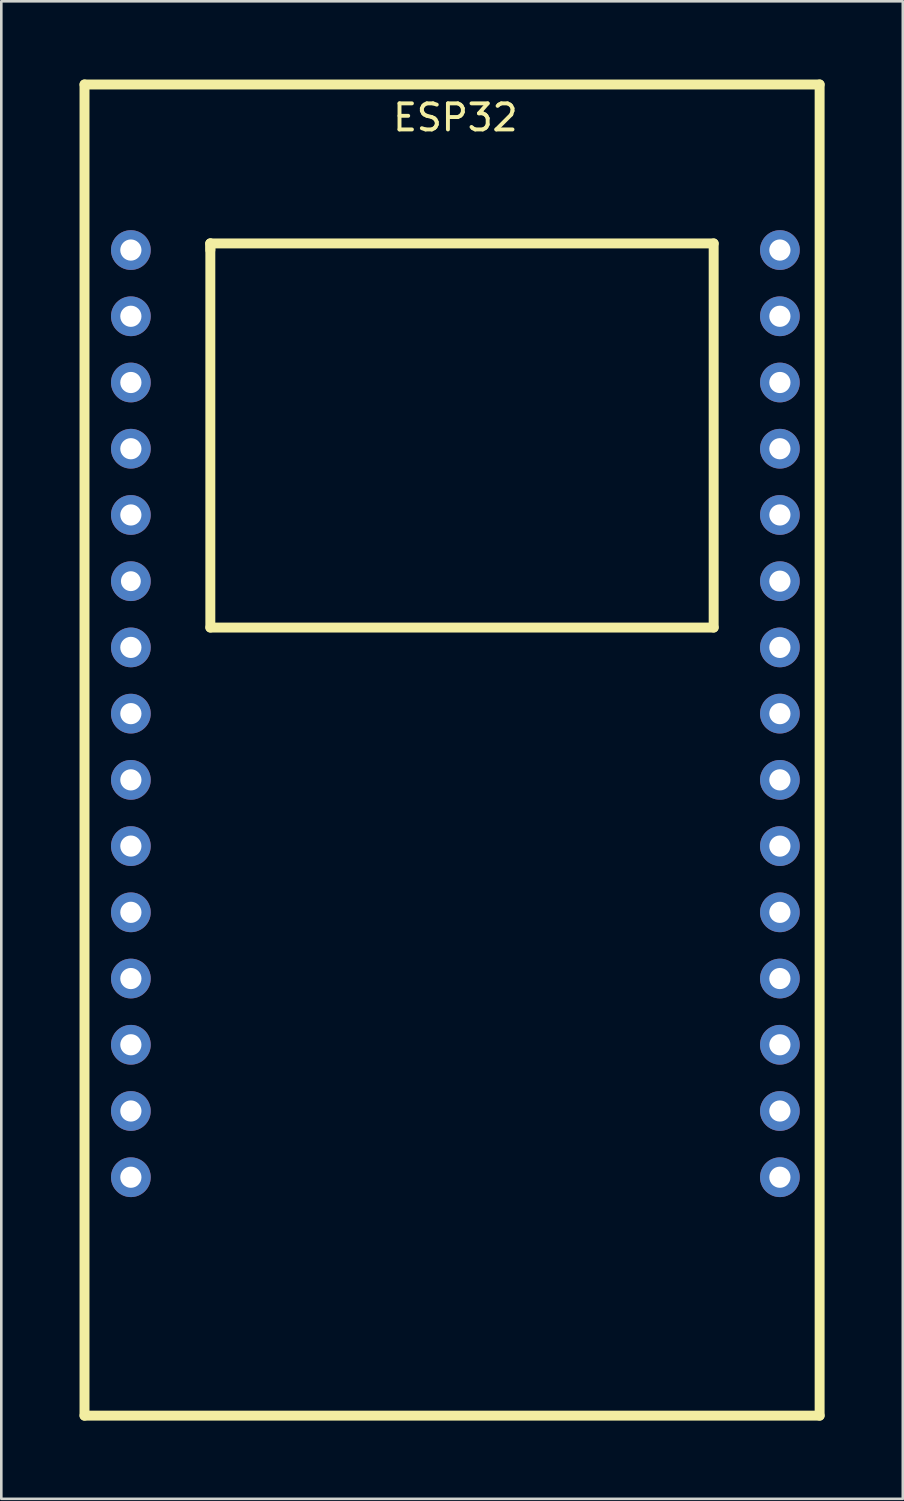
<source format=kicad_pcb>
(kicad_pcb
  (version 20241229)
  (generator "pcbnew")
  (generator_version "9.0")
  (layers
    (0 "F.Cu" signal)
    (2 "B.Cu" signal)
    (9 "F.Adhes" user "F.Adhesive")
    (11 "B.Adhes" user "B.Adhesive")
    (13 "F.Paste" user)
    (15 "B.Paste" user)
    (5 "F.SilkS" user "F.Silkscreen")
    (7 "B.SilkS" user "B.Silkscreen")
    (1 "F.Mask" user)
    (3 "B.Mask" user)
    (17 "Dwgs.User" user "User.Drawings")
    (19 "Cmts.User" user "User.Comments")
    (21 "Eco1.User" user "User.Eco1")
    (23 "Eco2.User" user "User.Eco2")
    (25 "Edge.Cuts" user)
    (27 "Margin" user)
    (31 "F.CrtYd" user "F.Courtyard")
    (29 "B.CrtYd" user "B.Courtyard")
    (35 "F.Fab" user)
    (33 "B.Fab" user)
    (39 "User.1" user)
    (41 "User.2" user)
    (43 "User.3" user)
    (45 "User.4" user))
  (footprint "ESP32"
    (layer "F.Cu")
    (at 14.415 13.652)
    (property "Reference" "ESP32" (at 0 -12.192 0) (layer "F.SilkS") (effects (font (size 1 1) (thickness 0.15))))
    (attr through_hole)
    (fp_line (start -14.224 -13.462) (end -14.224 37.592) (stroke (width 0.381) (type solid)) (layer "F.SilkS"))
    (fp_line (start -14.224 37.592) (end 13.97 37.592) (stroke (width 0.381) (type solid)) (layer "F.SilkS"))
    (fp_line (start -9.398 -7.366) (end -9.398 -7.112) (stroke (width 0.381) (type solid)) (layer "F.SilkS"))
    (fp_line (start -9.398 -7.366) (end -9.398 7.366) (stroke (width 0.381) (type solid)) (layer "F.SilkS"))
    (fp_line (start -9.398 7.366) (end 9.906 7.366) (stroke (width 0.381) (type solid)) (layer "F.SilkS"))
    (fp_line (start 9.906 -7.366) (end -9.398 -7.366) (stroke (width 0.381) (type solid)) (layer "F.SilkS"))
    (fp_line (start 9.906 7.366) (end 9.906 -7.366) (stroke (width 0.381) (type solid)) (layer "F.SilkS"))
    (fp_line (start 13.97 -13.462) (end -14.224 -13.462) (stroke (width 0.381) (type solid)) (layer "F.SilkS"))
    (fp_line (start 13.97 37.592) (end 13.97 -13.462) (stroke (width 0.381) (type solid)) (layer "F.SilkS"))
    (pad "3V3" thru_hole circle (at 12.446 28.448) (size 1.524 1.524) (drill 0.813) (layers "*.Cu" "*.Mask"))
    (pad "D2" thru_hole circle (at 12.446 20.828) (size 1.524 1.524) (drill 0.813) (layers "*.Cu" "*.Mask"))
    (pad "D4" thru_hole circle (at 12.446 18.288) (size 1.524 1.524) (drill 0.813) (layers "*.Cu" "*.Mask"))
    (pad "D5" thru_hole circle (at 12.446 10.668) (size 1.524 1.524) (drill 0.813) (layers "*.Cu" "*.Mask"))
    (pad "D12" thru_hole circle (at -12.446 20.828) (size 1.524 1.524) (drill 0.813) (layers "*.Cu" "*.Mask"))
    (pad "D13" thru_hole circle (at -12.446 23.368) (size 1.524 1.524) (drill 0.813) (layers "*.Cu" "*.Mask"))
    (pad "D14" thru_hole circle (at -12.446 18.288) (size 1.524 1.524) (drill 0.813) (layers "*.Cu" "*.Mask"))
    (pad "D15" thru_hole circle (at 12.446 23.368) (size 1.524 1.524) (drill 0.813) (layers "*.Cu" "*.Mask"))
    (pad "D18" thru_hole circle (at 12.446 8.128) (size 1.524 1.524) (drill 0.813) (layers "*.Cu" "*.Mask"))
    (pad "D19" thru_hole circle (at 12.446 5.588) (size 1.524 1.524) (drill 0.813) (layers "*.Cu" "*.Mask"))
    (pad "D21" thru_hole circle (at 12.446 3.048) (size 1.524 1.524) (drill 0.813) (layers "*.Cu" "*.Mask"))
    (pad "D22" thru_hole circle (at 12.446 -4.572) (size 1.524 1.524) (drill 0.813) (layers "*.Cu" "*.Mask"))
    (pad "D23" thru_hole circle (at 12.446 -7.112) (size 1.524 1.524) (drill 0.813) (layers "*.Cu" "*.Mask"))
    (pad "D25" thru_hole circle (at -12.446 10.668) (size 1.524 1.524) (drill 0.813) (layers "*.Cu" "*.Mask"))
    (pad "D26" thru_hole circle (at -12.446 13.208) (size 1.524 1.524) (drill 0.813) (layers "*.Cu" "*.Mask"))
    (pad "D27" thru_hole circle (at -12.446 15.748) (size 1.524 1.524) (drill 0.813) (layers "*.Cu" "*.Mask"))
    (pad "D32" thru_hole circle (at -12.446 5.588) (size 1.524 1.524) (drill 0.762) (layers "*.Cu" "*.Mask"))
    (pad "D33" thru_hole circle (at -12.446 8.128) (size 1.524 1.524) (drill 0.813) (layers "*.Cu" "*.Mask"))
    (pad "D34" thru_hole circle (at -12.446 0.508) (size 1.524 1.524) (drill 0.813) (layers "*.Cu" "*.Mask"))
    (pad "D35" thru_hole circle (at -12.446 3.048) (size 1.524 1.524) (drill 0.813) (layers "*.Cu" "*.Mask"))
    (pad "EN" thru_hole circle (at -12.446 -7.112) (size 1.524 1.524) (drill 0.813) (layers "*.Cu" "*.Mask"))
    (pad "GND" thru_hole circle (at -12.446 25.908) (size 1.524 1.524) (drill 0.813) (layers "*.Cu" "*.Mask"))
    (pad "GND" thru_hole circle (at 12.446 25.908) (size 1.524 1.524) (drill 0.813) (layers "*.Cu" "*.Mask"))
    (pad "RX0" thru_hole circle (at 12.446 0.508) (size 1.524 1.524) (drill 0.813) (layers "*.Cu" "*.Mask"))
    (pad "RX2" thru_hole circle (at 12.446 15.748) (size 1.524 1.524) (drill 0.813) (layers "*.Cu" "*.Mask"))
    (pad "TX0" thru_hole circle (at 12.446 -2.032) (size 1.524 1.524) (drill 0.813) (layers "*.Cu" "*.Mask"))
    (pad "TX2" thru_hole circle (at 12.446 13.208) (size 1.524 1.524) (drill 0.813) (layers "*.Cu" "*.Mask"))
    (pad "VIN" thru_hole circle (at -12.446 28.448) (size 1.524 1.524) (drill 0.813) (layers "*.Cu" "*.Mask"))
    (pad "VP" thru_hole circle (at -12.446 -4.572) (size 1.524 1.524) (drill 0.813) (layers "*.Cu" "*.Mask"))
    (pad "vn" thru_hole circle (at -12.446 -2.032) (size 1.524 1.524) (drill 0.813) (layers "*.Cu" "*.Mask")))
  (gr_rect
    (start -3 -3)
    (end 31.575 54.435)
    (stroke (width 0.1) (type default))
    (fill no)
    (layer "Edge.Cuts")))
</source>
